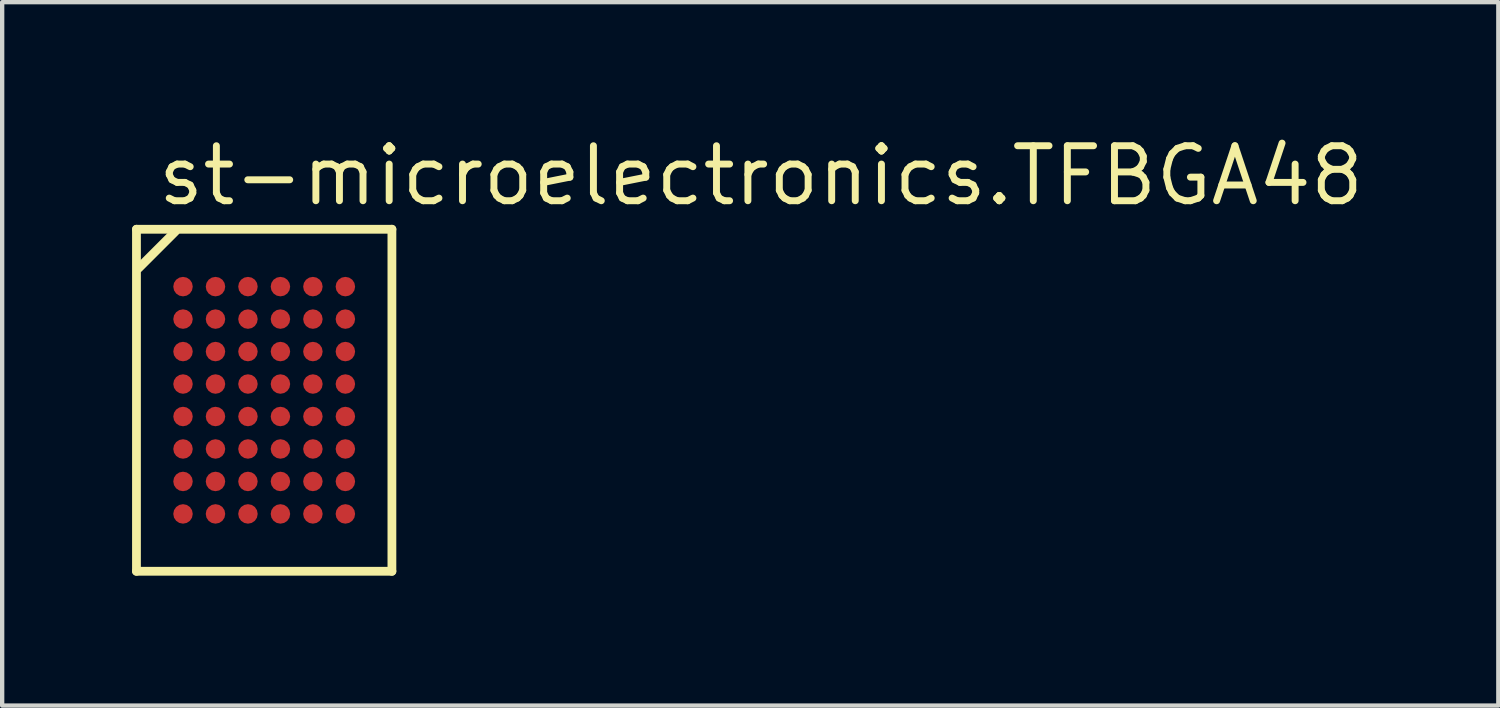
<source format=kicad_pcb>
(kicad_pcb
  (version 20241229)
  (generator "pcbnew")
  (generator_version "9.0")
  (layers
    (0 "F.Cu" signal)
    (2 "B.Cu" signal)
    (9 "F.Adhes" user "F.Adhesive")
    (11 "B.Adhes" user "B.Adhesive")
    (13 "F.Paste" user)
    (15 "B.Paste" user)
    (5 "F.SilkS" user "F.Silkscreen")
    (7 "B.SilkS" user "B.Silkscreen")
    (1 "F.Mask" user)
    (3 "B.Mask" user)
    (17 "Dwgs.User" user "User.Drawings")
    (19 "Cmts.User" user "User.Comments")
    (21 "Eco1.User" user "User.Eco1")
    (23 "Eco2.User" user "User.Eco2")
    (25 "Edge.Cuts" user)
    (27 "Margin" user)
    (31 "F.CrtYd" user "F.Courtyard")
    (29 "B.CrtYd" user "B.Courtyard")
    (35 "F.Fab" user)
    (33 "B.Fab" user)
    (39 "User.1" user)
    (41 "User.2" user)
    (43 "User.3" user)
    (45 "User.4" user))
  (footprint "st-microelectronics.TFBGA48"
    (layer "F.Cu")
    (at 3.052 6.195)
    (property "Reference" "st-microelectronics.TFBGA48" (at -2.54 -4.445 0) (layer "F.SilkS") (effects (font (size 1.27 1.27) (thickness 0.16)) (justify left bottom)))
    (attr smd)
    (fp_circle (center -1.875 -2.625) (end -1.675 -2.625) (stroke (width 0.1) (type default)) (fill no) (layer "F.Mask"))
    (fp_circle (center -1.875 -1.875) (end -1.675 -1.875) (stroke (width 0.1) (type default)) (fill no) (layer "F.Mask"))
    (fp_circle (center -1.875 -1.125) (end -1.675 -1.125) (stroke (width 0.1) (type default)) (fill no) (layer "F.Mask"))
    (fp_circle (center -1.875 -0.375) (end -1.675 -0.375) (stroke (width 0.1) (type default)) (fill no) (layer "F.Mask"))
    (fp_circle (center -1.875 0.375) (end -1.675 0.375) (stroke (width 0.1) (type default)) (fill no) (layer "F.Mask"))
    (fp_circle (center -1.875 1.125) (end -1.675 1.125) (stroke (width 0.1) (type default)) (fill no) (layer "F.Mask"))
    (fp_circle (center -1.875 1.875) (end -1.675 1.875) (stroke (width 0.1) (type default)) (fill no) (layer "F.Mask"))
    (fp_circle (center -1.875 2.625) (end -1.675 2.625) (stroke (width 0.1) (type default)) (fill no) (layer "F.Mask"))
    (fp_circle (center -1.125 -2.625) (end -0.925 -2.625) (stroke (width 0.1) (type default)) (fill no) (layer "F.Mask"))
    (fp_circle (center -1.125 -1.875) (end -0.925 -1.875) (stroke (width 0.1) (type default)) (fill no) (layer "F.Mask"))
    (fp_circle (center -1.125 -1.125) (end -0.925 -1.125) (stroke (width 0.1) (type default)) (fill no) (layer "F.Mask"))
    (fp_circle (center -1.125 -0.375) (end -0.925 -0.375) (stroke (width 0.1) (type default)) (fill no) (layer "F.Mask"))
    (fp_circle (center -1.125 0.375) (end -0.925 0.375) (stroke (width 0.1) (type default)) (fill no) (layer "F.Mask"))
    (fp_circle (center -1.125 1.125) (end -0.925 1.125) (stroke (width 0.1) (type default)) (fill no) (layer "F.Mask"))
    (fp_circle (center -1.125 1.875) (end -0.925 1.875) (stroke (width 0.1) (type default)) (fill no) (layer "F.Mask"))
    (fp_circle (center -1.125 2.625) (end -0.925 2.625) (stroke (width 0.1) (type default)) (fill no) (layer "F.Mask"))
    (fp_circle (center -0.375 -2.625) (end -0.175 -2.625) (stroke (width 0.1) (type default)) (fill no) (layer "F.Mask"))
    (fp_circle (center -0.375 -1.875) (end -0.175 -1.875) (stroke (width 0.1) (type default)) (fill no) (layer "F.Mask"))
    (fp_circle (center -0.375 -1.125) (end -0.175 -1.125) (stroke (width 0.1) (type default)) (fill no) (layer "F.Mask"))
    (fp_circle (center -0.375 -0.375) (end -0.175 -0.375) (stroke (width 0.1) (type default)) (fill no) (layer "F.Mask"))
    (fp_circle (center -0.375 0.375) (end -0.175 0.375) (stroke (width 0.1) (type default)) (fill no) (layer "F.Mask"))
    (fp_circle (center -0.375 1.125) (end -0.175 1.125) (stroke (width 0.1) (type default)) (fill no) (layer "F.Mask"))
    (fp_circle (center -0.375 1.875) (end -0.175 1.875) (stroke (width 0.1) (type default)) (fill no) (layer "F.Mask"))
    (fp_circle (center -0.375 2.625) (end -0.175 2.625) (stroke (width 0.1) (type default)) (fill no) (layer "F.Mask"))
    (fp_circle (center 0.375 -2.625) (end 0.575 -2.625) (stroke (width 0.1) (type default)) (fill no) (layer "F.Mask"))
    (fp_circle (center 0.375 -1.875) (end 0.575 -1.875) (stroke (width 0.1) (type default)) (fill no) (layer "F.Mask"))
    (fp_circle (center 0.375 -1.125) (end 0.575 -1.125) (stroke (width 0.1) (type default)) (fill no) (layer "F.Mask"))
    (fp_circle (center 0.375 -0.375) (end 0.575 -0.375) (stroke (width 0.1) (type default)) (fill no) (layer "F.Mask"))
    (fp_circle (center 0.375 0.375) (end 0.575 0.375) (stroke (width 0.1) (type default)) (fill no) (layer "F.Mask"))
    (fp_circle (center 0.375 1.125) (end 0.575 1.125) (stroke (width 0.1) (type default)) (fill no) (layer "F.Mask"))
    (fp_circle (center 0.375 1.875) (end 0.575 1.875) (stroke (width 0.1) (type default)) (fill no) (layer "F.Mask"))
    (fp_circle (center 0.375 2.625) (end 0.575 2.625) (stroke (width 0.1) (type default)) (fill no) (layer "F.Mask"))
    (fp_circle (center 1.125 -2.625) (end 1.325 -2.625) (stroke (width 0.1) (type default)) (fill no) (layer "F.Mask"))
    (fp_circle (center 1.125 -1.875) (end 1.325 -1.875) (stroke (width 0.1) (type default)) (fill no) (layer "F.Mask"))
    (fp_circle (center 1.125 -1.125) (end 1.325 -1.125) (stroke (width 0.1) (type default)) (fill no) (layer "F.Mask"))
    (fp_circle (center 1.125 -0.375) (end 1.325 -0.375) (stroke (width 0.1) (type default)) (fill no) (layer "F.Mask"))
    (fp_circle (center 1.125 0.375) (end 1.325 0.375) (stroke (width 0.1) (type default)) (fill no) (layer "F.Mask"))
    (fp_circle (center 1.125 1.125) (end 1.325 1.125) (stroke (width 0.1) (type default)) (fill no) (layer "F.Mask"))
    (fp_circle (center 1.125 1.875) (end 1.325 1.875) (stroke (width 0.1) (type default)) (fill no) (layer "F.Mask"))
    (fp_circle (center 1.125 2.625) (end 1.325 2.625) (stroke (width 0.1) (type default)) (fill no) (layer "F.Mask"))
    (fp_circle (center 1.875 -2.625) (end 2.075 -2.625) (stroke (width 0.1) (type default)) (fill no) (layer "F.Mask"))
    (fp_circle (center 1.875 -1.875) (end 2.075 -1.875) (stroke (width 0.1) (type default)) (fill no) (layer "F.Mask"))
    (fp_circle (center 1.875 -1.125) (end 2.075 -1.125) (stroke (width 0.1) (type default)) (fill no) (layer "F.Mask"))
    (fp_circle (center 1.875 -0.375) (end 2.075 -0.375) (stroke (width 0.1) (type default)) (fill no) (layer "F.Mask"))
    (fp_circle (center 1.875 0.375) (end 2.075 0.375) (stroke (width 0.1) (type default)) (fill no) (layer "F.Mask"))
    (fp_circle (center 1.875 1.125) (end 2.075 1.125) (stroke (width 0.1) (type default)) (fill no) (layer "F.Mask"))
    (fp_circle (center 1.875 1.875) (end 2.075 1.875) (stroke (width 0.1) (type default)) (fill no) (layer "F.Mask"))
    (fp_circle (center 1.875 2.625) (end 2.075 2.625) (stroke (width 0.1) (type default)) (fill no) (layer "F.Mask"))
    (fp_line (start -2.95 -3.95) (end 2.95 -3.95) (stroke (width 0.203) (type default)) (layer "F.SilkS"))
    (fp_line (start -2.95 3.95) (end -2.95 -3.95) (stroke (width 0.203) (type default)) (layer "F.SilkS"))
    (fp_line (start -2.9 -3.05) (end -2.05 -3.9) (stroke (width 0.203) (type default)) (layer "F.SilkS"))
    (fp_line (start 2.95 -3.95) (end 2.95 3.95) (stroke (width 0.203) (type default)) (layer "F.SilkS"))
    (fp_line (start 2.95 3.95) (end -2.95 3.95) (stroke (width 0.203) (type default)) (layer "F.SilkS"))
    (pad "A1" smd roundrect (at -1.875 -2.625) (size 0.45 0.45) (layers "F.Cu" "F.Mask" "F.Paste") (roundrect_rratio 0.5))
    (pad "A2" smd roundrect (at -1.125 -2.625) (size 0.45 0.45) (layers "F.Cu" "F.Mask" "F.Paste") (roundrect_rratio 0.5))
    (pad "A3" smd roundrect (at -0.375 -2.625) (size 0.45 0.45) (layers "F.Cu" "F.Mask" "F.Paste") (roundrect_rratio 0.5))
    (pad "A4" smd roundrect (at 0.375 -2.625) (size 0.45 0.45) (layers "F.Cu" "F.Mask" "F.Paste") (roundrect_rratio 0.5))
    (pad "A5" smd roundrect (at 1.125 -2.625) (size 0.45 0.45) (layers "F.Cu" "F.Mask" "F.Paste") (roundrect_rratio 0.5))
    (pad "A6" smd roundrect (at 1.875 -2.625) (size 0.45 0.45) (layers "F.Cu" "F.Mask" "F.Paste") (roundrect_rratio 0.5))
    (pad "B1" smd roundrect (at -1.875 -1.875) (size 0.45 0.45) (layers "F.Cu" "F.Mask" "F.Paste") (roundrect_rratio 0.5))
    (pad "B2" smd roundrect (at -1.125 -1.875) (size 0.45 0.45) (layers "F.Cu" "F.Mask" "F.Paste") (roundrect_rratio 0.5))
    (pad "B3" smd roundrect (at -0.375 -1.875) (size 0.45 0.45) (layers "F.Cu" "F.Mask" "F.Paste") (roundrect_rratio 0.5))
    (pad "B4" smd roundrect (at 0.375 -1.875) (size 0.45 0.45) (layers "F.Cu" "F.Mask" "F.Paste") (roundrect_rratio 0.5))
    (pad "B5" smd roundrect (at 1.125 -1.875) (size 0.45 0.45) (layers "F.Cu" "F.Mask" "F.Paste") (roundrect_rratio 0.5))
    (pad "B6" smd roundrect (at 1.875 -1.875) (size 0.45 0.45) (layers "F.Cu" "F.Mask" "F.Paste") (roundrect_rratio 0.5))
    (pad "C1" smd roundrect (at -1.875 -1.125) (size 0.45 0.45) (layers "F.Cu" "F.Mask" "F.Paste") (roundrect_rratio 0.5))
    (pad "C2" smd roundrect (at -1.125 -1.125) (size 0.45 0.45) (layers "F.Cu" "F.Mask" "F.Paste") (roundrect_rratio 0.5))
    (pad "C3" smd roundrect (at -0.375 -1.125) (size 0.45 0.45) (layers "F.Cu" "F.Mask" "F.Paste") (roundrect_rratio 0.5))
    (pad "C4" smd roundrect (at 0.375 -1.125) (size 0.45 0.45) (layers "F.Cu" "F.Mask" "F.Paste") (roundrect_rratio 0.5))
    (pad "C5" smd roundrect (at 1.125 -1.125) (size 0.45 0.45) (layers "F.Cu" "F.Mask" "F.Paste") (roundrect_rratio 0.5))
    (pad "C6" smd roundrect (at 1.875 -1.125) (size 0.45 0.45) (layers "F.Cu" "F.Mask" "F.Paste") (roundrect_rratio 0.5))
    (pad "D1" smd roundrect (at -1.875 -0.375) (size 0.45 0.45) (layers "F.Cu" "F.Mask" "F.Paste") (roundrect_rratio 0.5))
    (pad "D2" smd roundrect (at -1.125 -0.375) (size 0.45 0.45) (layers "F.Cu" "F.Mask" "F.Paste") (roundrect_rratio 0.5))
    (pad "D3" smd roundrect (at -0.375 -0.375) (size 0.45 0.45) (layers "F.Cu" "F.Mask" "F.Paste") (roundrect_rratio 0.5))
    (pad "D4" smd roundrect (at 0.375 -0.375) (size 0.45 0.45) (layers "F.Cu" "F.Mask" "F.Paste") (roundrect_rratio 0.5))
    (pad "D5" smd roundrect (at 1.125 -0.375) (size 0.45 0.45) (layers "F.Cu" "F.Mask" "F.Paste") (roundrect_rratio 0.5))
    (pad "D6" smd roundrect (at 1.875 -0.375) (size 0.45 0.45) (layers "F.Cu" "F.Mask" "F.Paste") (roundrect_rratio 0.5))
    (pad "E1" smd roundrect (at -1.875 0.375) (size 0.45 0.45) (layers "F.Cu" "F.Mask" "F.Paste") (roundrect_rratio 0.5))
    (pad "E2" smd roundrect (at -1.125 0.375) (size 0.45 0.45) (layers "F.Cu" "F.Mask" "F.Paste") (roundrect_rratio 0.5))
    (pad "E3" smd roundrect (at -0.375 0.375) (size 0.45 0.45) (layers "F.Cu" "F.Mask" "F.Paste") (roundrect_rratio 0.5))
    (pad "E4" smd roundrect (at 0.375 0.375) (size 0.45 0.45) (layers "F.Cu" "F.Mask" "F.Paste") (roundrect_rratio 0.5))
    (pad "E5" smd roundrect (at 1.125 0.375) (size 0.45 0.45) (layers "F.Cu" "F.Mask" "F.Paste") (roundrect_rratio 0.5))
    (pad "E6" smd roundrect (at 1.875 0.375) (size 0.45 0.45) (layers "F.Cu" "F.Mask" "F.Paste") (roundrect_rratio 0.5))
    (pad "F1" smd roundrect (at -1.875 1.125) (size 0.45 0.45) (layers "F.Cu" "F.Mask" "F.Paste") (roundrect_rratio 0.5))
    (pad "F2" smd roundrect (at -1.125 1.125) (size 0.45 0.45) (layers "F.Cu" "F.Mask" "F.Paste") (roundrect_rratio 0.5))
    (pad "F3" smd roundrect (at -0.375 1.125) (size 0.45 0.45) (layers "F.Cu" "F.Mask" "F.Paste") (roundrect_rratio 0.5))
    (pad "F4" smd roundrect (at 0.375 1.125) (size 0.45 0.45) (layers "F.Cu" "F.Mask" "F.Paste") (roundrect_rratio 0.5))
    (pad "F5" smd roundrect (at 1.125 1.125) (size 0.45 0.45) (layers "F.Cu" "F.Mask" "F.Paste") (roundrect_rratio 0.5))
    (pad "F6" smd roundrect (at 1.875 1.125) (size 0.45 0.45) (layers "F.Cu" "F.Mask" "F.Paste") (roundrect_rratio 0.5))
    (pad "G1" smd roundrect (at -1.875 1.875) (size 0.45 0.45) (layers "F.Cu" "F.Mask" "F.Paste") (roundrect_rratio 0.5))
    (pad "G2" smd roundrect (at -1.125 1.875) (size 0.45 0.45) (layers "F.Cu" "F.Mask" "F.Paste") (roundrect_rratio 0.5))
    (pad "G3" smd roundrect (at -0.375 1.875) (size 0.45 0.45) (layers "F.Cu" "F.Mask" "F.Paste") (roundrect_rratio 0.5))
    (pad "G4" smd roundrect (at 0.375 1.875) (size 0.45 0.45) (layers "F.Cu" "F.Mask" "F.Paste") (roundrect_rratio 0.5))
    (pad "G5" smd roundrect (at 1.125 1.875) (size 0.45 0.45) (layers "F.Cu" "F.Mask" "F.Paste") (roundrect_rratio 0.5))
    (pad "G6" smd roundrect (at 1.875 1.875) (size 0.45 0.45) (layers "F.Cu" "F.Mask" "F.Paste") (roundrect_rratio 0.5))
    (pad "H1" smd roundrect (at -1.875 2.625) (size 0.45 0.45) (layers "F.Cu" "F.Mask" "F.Paste") (roundrect_rratio 0.5))
    (pad "H2" smd roundrect (at -1.125 2.625) (size 0.45 0.45) (layers "F.Cu" "F.Mask" "F.Paste") (roundrect_rratio 0.5))
    (pad "H3" smd roundrect (at -0.375 2.625) (size 0.45 0.45) (layers "F.Cu" "F.Mask" "F.Paste") (roundrect_rratio 0.5))
    (pad "H4" smd roundrect (at 0.375 2.625) (size 0.45 0.45) (layers "F.Cu" "F.Mask" "F.Paste") (roundrect_rratio 0.5))
    (pad "H5" smd roundrect (at 1.125 2.625) (size 0.45 0.45) (layers "F.Cu" "F.Mask" "F.Paste") (roundrect_rratio 0.5))
    (pad "H6" smd roundrect (at 1.875 2.625) (size 0.45 0.45) (layers "F.Cu" "F.Mask" "F.Paste") (roundrect_rratio 0.5)))
  (gr_rect
    (start -3 -3)
    (end 31.557 13.247)
    (stroke (width 0.1) (type default))
    (fill no)
    (layer "Edge.Cuts")))
</source>
